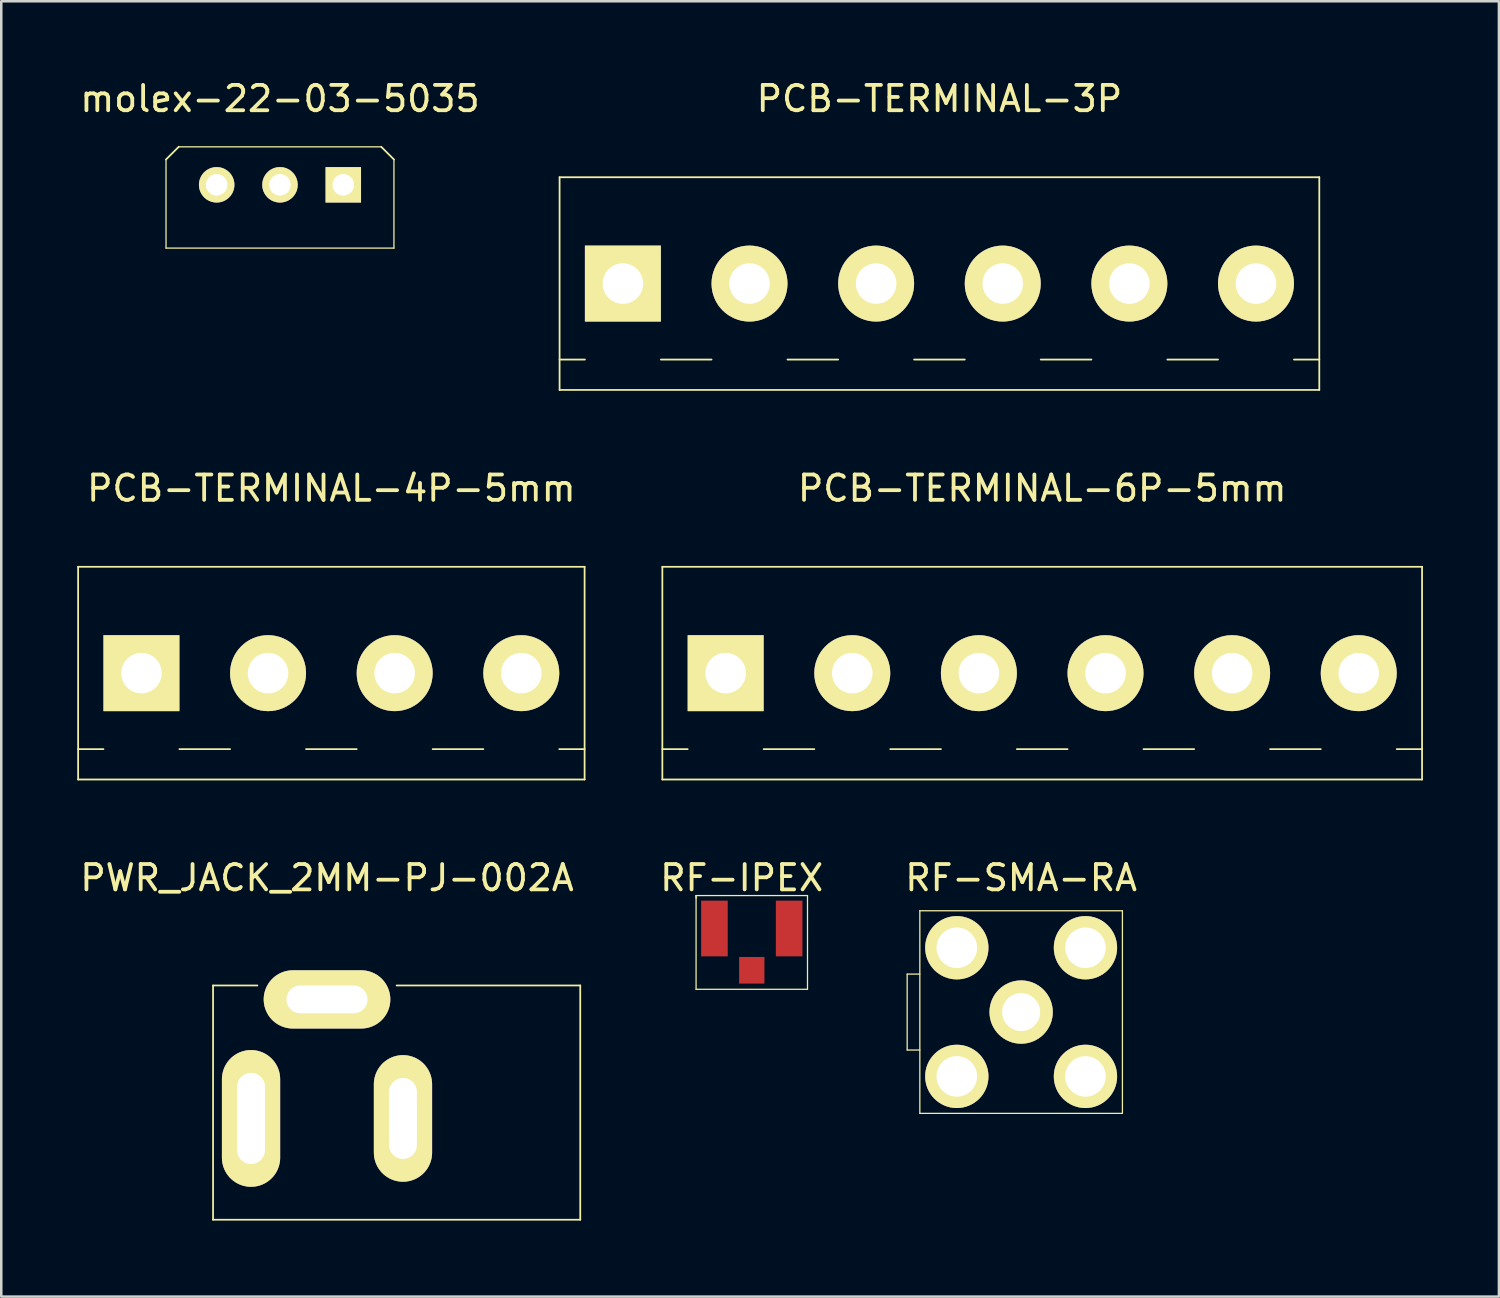
<source format=kicad_pcb>
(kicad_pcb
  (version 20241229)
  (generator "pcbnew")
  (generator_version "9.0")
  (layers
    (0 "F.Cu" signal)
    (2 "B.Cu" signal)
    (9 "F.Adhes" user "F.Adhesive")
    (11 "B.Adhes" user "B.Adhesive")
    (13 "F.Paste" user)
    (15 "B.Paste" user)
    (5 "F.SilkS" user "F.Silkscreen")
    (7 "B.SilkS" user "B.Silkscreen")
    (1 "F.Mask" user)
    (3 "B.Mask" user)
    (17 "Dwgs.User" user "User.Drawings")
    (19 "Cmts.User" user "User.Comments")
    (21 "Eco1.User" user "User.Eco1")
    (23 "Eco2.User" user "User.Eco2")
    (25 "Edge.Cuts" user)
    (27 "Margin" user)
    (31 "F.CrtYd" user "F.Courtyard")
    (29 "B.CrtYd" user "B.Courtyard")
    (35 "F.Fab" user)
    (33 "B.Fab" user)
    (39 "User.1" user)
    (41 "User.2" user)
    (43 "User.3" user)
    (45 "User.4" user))
  (footprint "PWR_JACK_2MM-PJ-002A"
    (layer "F.Cu")
    (at 9.863 41.115)
    (property "Reference" "PWR_JACK_2MM-PJ-002A" (at 0 -9.5 0) (layer "F.SilkS") (effects (font (size 1 1) (thickness 0.15))))
    (attr through_hole)
    (fp_line (start -4.5 -5.25) (end -4.5 4) (stroke (width 0.07) (type solid)) (layer "F.SilkS"))
    (fp_line (start -4.5 -5.25) (end -2.75 -5.25) (stroke (width 0.07) (type solid)) (layer "F.SilkS"))
    (fp_line (start -4.5 4) (end 10 4) (stroke (width 0.07) (type solid)) (layer "F.SilkS"))
    (fp_line (start 10 -5.25) (end 2.75 -5.25) (stroke (width 0.07) (type solid)) (layer "F.SilkS"))
    (fp_line (start 10 4) (end 10 -5.25) (stroke (width 0.07) (type solid)) (layer "F.SilkS"))
    (pad "1" thru_hole oval (at -3 0 90) (size 5.4 2.3) (drill oval 3.6 1.1) (layers "*.Cu" "*.Mask" "F.SilkS"))
    (pad "2" thru_hole oval (at 3 0 90) (size 5 2.3) (drill oval 3.2 1.1) (layers "*.Cu" "*.Mask" "F.SilkS"))
    (pad "3" thru_hole oval (at 0 -4.7) (size 5 2.3) (drill oval 3.2 1.1) (layers "*.Cu" "*.Mask" "F.SilkS")))
  (footprint "PCB-TERMINAL-4P-5mm"
    (layer "F.Cu")
    (at 10.035 23.532)
    (property "Reference" "PCB-TERMINAL-4P-5mm" (at 0 -7.3 0) (layer "F.SilkS") (effects (font (size 1 1) (thickness 0.15))))
    (attr through_hole)
    (fp_line (start -10 -4.2) (end -10 4.2) (stroke (width 0.07) (type solid)) (layer "F.SilkS"))
    (fp_line (start -10 -4.2) (end 10 -4.2) (stroke (width 0.07) (type solid)) (layer "F.SilkS"))
    (fp_line (start -10 3) (end -9 3) (stroke (width 0.07) (type solid)) (layer "F.SilkS"))
    (fp_line (start -10 4.2) (end 10 4.2) (stroke (width 0.07) (type solid)) (layer "F.SilkS"))
    (fp_line (start -6 3) (end -4 3) (stroke (width 0.07) (type solid)) (layer "F.SilkS"))
    (fp_line (start -1 3) (end 1 3) (stroke (width 0.07) (type solid)) (layer "F.SilkS"))
    (fp_line (start 4 3) (end 6 3) (stroke (width 0.07) (type solid)) (layer "F.SilkS"))
    (fp_line (start 9 3) (end 10 3) (stroke (width 0.07) (type solid)) (layer "F.SilkS"))
    (fp_line (start 10 -4.2) (end 10 4.2) (stroke (width 0.07) (type solid)) (layer "F.SilkS"))
    (pad "1" thru_hole rect (at -7.5 0) (size 3 3) (drill 1.6) (layers "*.Cu" "*.Mask" "F.SilkS"))
    (pad "2" thru_hole circle (at -2.5 0) (size 3 3) (drill 1.6) (layers "*.Cu" "*.Mask" "F.SilkS"))
    (pad "3" thru_hole circle (at 2.5 0) (size 3 3) (drill 1.6) (layers "*.Cu" "*.Mask" "F.SilkS"))
    (pad "4" thru_hole circle (at 7.5 0) (size 3 3) (drill 1.6) (layers "*.Cu" "*.Mask" "F.SilkS")))
  (footprint "RF-IPEX"
    (layer "F.Cu")
    (at 26.637 35.215)
    (property "Reference" "RF-IPEX" (at -0.4 -3.6 0) (layer "F.SilkS") (effects (font (size 1 1) (thickness 0.15))))
    (attr through_hole)
    (fp_line (start -2.2 -2.9) (end -2.2 -2.8) (stroke (width 0.05) (type solid)) (layer "F.SilkS"))
    (fp_line (start -2.2 -2.9) (end -2.2 0.8) (stroke (width 0.05) (type solid)) (layer "F.SilkS"))
    (fp_line (start -2.2 0.8) (end 2.2 0.8) (stroke (width 0.05) (type solid)) (layer "F.SilkS"))
    (fp_line (start 2.2 -2.9) (end -2.2 -2.9) (stroke (width 0.05) (type solid)) (layer "F.SilkS"))
    (fp_line (start 2.2 0.8) (end 2.2 -2.9) (stroke (width 0.05) (type solid)) (layer "F.SilkS"))
    (pad "1" smd rect (at 0 0.05) (size 1 1.05) (layers "F.Cu" "F.Mask" "F.Paste"))
    (pad "2" smd rect (at -1.475 -1.6) (size 1.05 2.2) (layers "F.Cu" "F.Mask" "F.Paste"))
    (pad "3" smd rect (at 1.475 -1.6) (size 1.05 2.2) (layers "F.Cu" "F.Mask" "F.Paste")))
  (footprint "PCB-TERMINAL-6P-5mm"
    (layer "F.Cu")
    (at 38.105 23.532)
    (property "Reference" "PCB-TERMINAL-6P-5mm" (at 0 -7.3 0) (layer "F.SilkS") (effects (font (size 1 1) (thickness 0.15))))
    (attr through_hole)
    (fp_line (start -15 -4.2) (end -15 4.2) (stroke (width 0.07) (type solid)) (layer "F.SilkS"))
    (fp_line (start -15 -4.2) (end 15 -4.2) (stroke (width 0.07) (type solid)) (layer "F.SilkS"))
    (fp_line (start -15 3) (end -14 3) (stroke (width 0.07) (type solid)) (layer "F.SilkS"))
    (fp_line (start -15 4.2) (end 15 4.2) (stroke (width 0.07) (type solid)) (layer "F.SilkS"))
    (fp_line (start -11 3) (end -9 3) (stroke (width 0.07) (type solid)) (layer "F.SilkS"))
    (fp_line (start -6 3) (end -4 3) (stroke (width 0.07) (type solid)) (layer "F.SilkS"))
    (fp_line (start -1 3) (end 1 3) (stroke (width 0.07) (type solid)) (layer "F.SilkS"))
    (fp_line (start 4 3) (end 6 3) (stroke (width 0.07) (type solid)) (layer "F.SilkS"))
    (fp_line (start 9 3) (end 11 3) (stroke (width 0.07) (type solid)) (layer "F.SilkS"))
    (fp_line (start 14 3) (end 15 3) (stroke (width 0.07) (type solid)) (layer "F.SilkS"))
    (fp_line (start 15 -4.2) (end 15 4.2) (stroke (width 0.07) (type solid)) (layer "F.SilkS"))
    (pad "1" thru_hole rect (at -12.5 0) (size 3 3) (drill 1.6) (layers "*.Cu" "*.Mask" "F.SilkS"))
    (pad "2" thru_hole circle (at -7.5 0) (size 3 3) (drill 1.6) (layers "*.Cu" "*.Mask" "F.SilkS"))
    (pad "3" thru_hole circle (at -2.5 0) (size 3 3) (drill 1.6) (layers "*.Cu" "*.Mask" "F.SilkS"))
    (pad "4" thru_hole circle (at 2.5 0) (size 3 3) (drill 1.6) (layers "*.Cu" "*.Mask" "F.SilkS"))
    (pad "5" thru_hole circle (at 7.5 0) (size 3 3) (drill 1.6) (layers "*.Cu" "*.Mask" "F.SilkS"))
    (pad "6" thru_hole circle (at 12.5 0) (size 3 3) (drill 1.6) (layers "*.Cu" "*.Mask" "F.SilkS")))
  (footprint "RF-SMA-RA"
    (layer "F.Cu")
    (at 37.273 36.915)
    (property "Reference" "RF-SMA-RA" (at 0 -5.3 0) (layer "F.SilkS") (effects (font (size 1 1) (thickness 0.15))))
    (attr through_hole)
    (fp_line (start -4.5 -1.5) (end -4.5 1.5) (stroke (width 0.05) (type solid)) (layer "F.SilkS"))
    (fp_line (start -4.5 1.5) (end -4 1.5) (stroke (width 0.05) (type solid)) (layer "F.SilkS"))
    (fp_line (start -4 -4) (end -4 4) (stroke (width 0.05) (type solid)) (layer "F.SilkS"))
    (fp_line (start -4 -1.5) (end -4.5 -1.5) (stroke (width 0.05) (type solid)) (layer "F.SilkS"))
    (fp_line (start -4 4) (end 4 4) (stroke (width 0.05) (type solid)) (layer "F.SilkS"))
    (fp_line (start 4 -4) (end -4 -4) (stroke (width 0.05) (type solid)) (layer "F.SilkS"))
    (fp_line (start 4 4) (end 4 -4) (stroke (width 0.05) (type solid)) (layer "F.SilkS"))
    (pad "1" thru_hole circle (at 0 0) (size 2.5 2.5) (drill 1.5) (layers "*.Cu" "*.Mask" "F.SilkS"))
    (pad "2" thru_hole circle (at -2.54 2.54) (size 2.5 2.5) (drill 1.6) (layers "*.Cu" "*.Mask" "F.SilkS"))
    (pad "3" thru_hole circle (at 2.54 2.54) (size 2.5 2.5) (drill 1.6) (layers "*.Cu" "*.Mask" "F.SilkS"))
    (pad "4" thru_hole circle (at -2.54 -2.54) (size 2.5 2.5) (drill 1.6) (layers "*.Cu" "*.Mask" "F.SilkS"))
    (pad "5" thru_hole circle (at 2.54 -2.54) (size 2.5 2.5) (drill 1.6) (layers "*.Cu" "*.Mask" "F.SilkS")))
  (footprint "PCB-TERMINAL-3P"
    (layer "F.Cu")
    (at 34.047 8.148)
    (property "Reference" "PCB-TERMINAL-3P" (at 0 -7.3 0) (layer "F.SilkS") (effects (font (size 1 1) (thickness 0.15))))
    (attr through_hole)
    (fp_line (start -15 -4.2) (end -15 4.2) (stroke (width 0.07) (type solid)) (layer "F.SilkS"))
    (fp_line (start -15 -4.2) (end 15 -4.2) (stroke (width 0.07) (type solid)) (layer "F.SilkS"))
    (fp_line (start -15 3) (end -14 3) (stroke (width 0.07) (type solid)) (layer "F.SilkS"))
    (fp_line (start -15 4.2) (end 15 4.2) (stroke (width 0.07) (type solid)) (layer "F.SilkS"))
    (fp_line (start -11 3) (end -9 3) (stroke (width 0.07) (type solid)) (layer "F.SilkS"))
    (fp_line (start -6 3) (end -4 3) (stroke (width 0.07) (type solid)) (layer "F.SilkS"))
    (fp_line (start -1 3) (end 1 3) (stroke (width 0.07) (type solid)) (layer "F.SilkS"))
    (fp_line (start 4 3) (end 6 3) (stroke (width 0.07) (type solid)) (layer "F.SilkS"))
    (fp_line (start 9 3) (end 11 3) (stroke (width 0.07) (type solid)) (layer "F.SilkS"))
    (fp_line (start 14 3) (end 15 3) (stroke (width 0.07) (type solid)) (layer "F.SilkS"))
    (fp_line (start 15 -4.2) (end 15 4.2) (stroke (width 0.07) (type solid)) (layer "F.SilkS"))
    (pad "1" thru_hole rect (at -12.5 0) (size 3 3) (drill 1.6) (layers "*.Cu" "*.Mask" "F.SilkS"))
    (pad "2" thru_hole circle (at -7.5 0) (size 3 3) (drill 1.6) (layers "*.Cu" "*.Mask" "F.SilkS"))
    (pad "3" thru_hole circle (at -2.5 0) (size 3 3) (drill 1.6) (layers "*.Cu" "*.Mask" "F.SilkS"))
    (pad "4" thru_hole circle (at 2.5 0) (size 3 3) (drill 1.6) (layers "*.Cu" "*.Mask" "F.SilkS"))
    (pad "5" thru_hole circle (at 7.5 0) (size 3 3) (drill 1.6) (layers "*.Cu" "*.Mask" "F.SilkS"))
    (pad "6" thru_hole circle (at 12.5 0) (size 3 3) (drill 1.6) (layers "*.Cu" "*.Mask" "F.SilkS")))
  (footprint "molex-22-03-5035"
    (layer "F.Cu")
    (at 8.006 4.248)
    (property "Reference" "molex-22-03-5035" (at 0 -3.4 0) (layer "F.SilkS") (effects (font (size 1 1) (thickness 0.15))))
    (attr through_hole)
    (fp_line (start -4.5 2.5) (end -4.5 -1) (stroke (width 0.05) (type solid)) (layer "F.SilkS"))
    (fp_line (start -4.5 2.5) (end 4.5 2.5) (stroke (width 0.05) (type solid)) (layer "F.SilkS"))
    (fp_line (start -4 -1.5) (end -4.5 -1) (stroke (width 0.07) (type solid)) (layer "F.SilkS"))
    (fp_line (start 4 -1.5) (end -4 -1.5) (stroke (width 0.05) (type solid)) (layer "F.SilkS"))
    (fp_line (start 4 -1.5) (end 4.5 -1) (stroke (width 0.07) (type solid)) (layer "F.SilkS"))
    (fp_line (start 4.5 2.5) (end 4.5 -1) (stroke (width 0.05) (type solid)) (layer "F.SilkS"))
    (pad "1" thru_hole rect (at 2.5 0) (size 1.4 1.4) (drill 0.85) (layers "*.Cu" "*.Mask" "F.SilkS"))
    (pad "2" thru_hole circle (at 0 0) (size 1.4 1.4) (drill 0.85) (layers "*.Cu" "*.Mask" "F.SilkS"))
    (pad "3" thru_hole circle (at -2.5 0) (size 1.4 1.4) (drill 0.85) (layers "*.Cu" "*.Mask" "F.SilkS")))
  (gr_rect
    (start -3 -3)
    (end 56.14 48.15)
    (stroke (width 0.1) (type default))
    (fill no)
    (layer "Edge.Cuts")))
</source>
